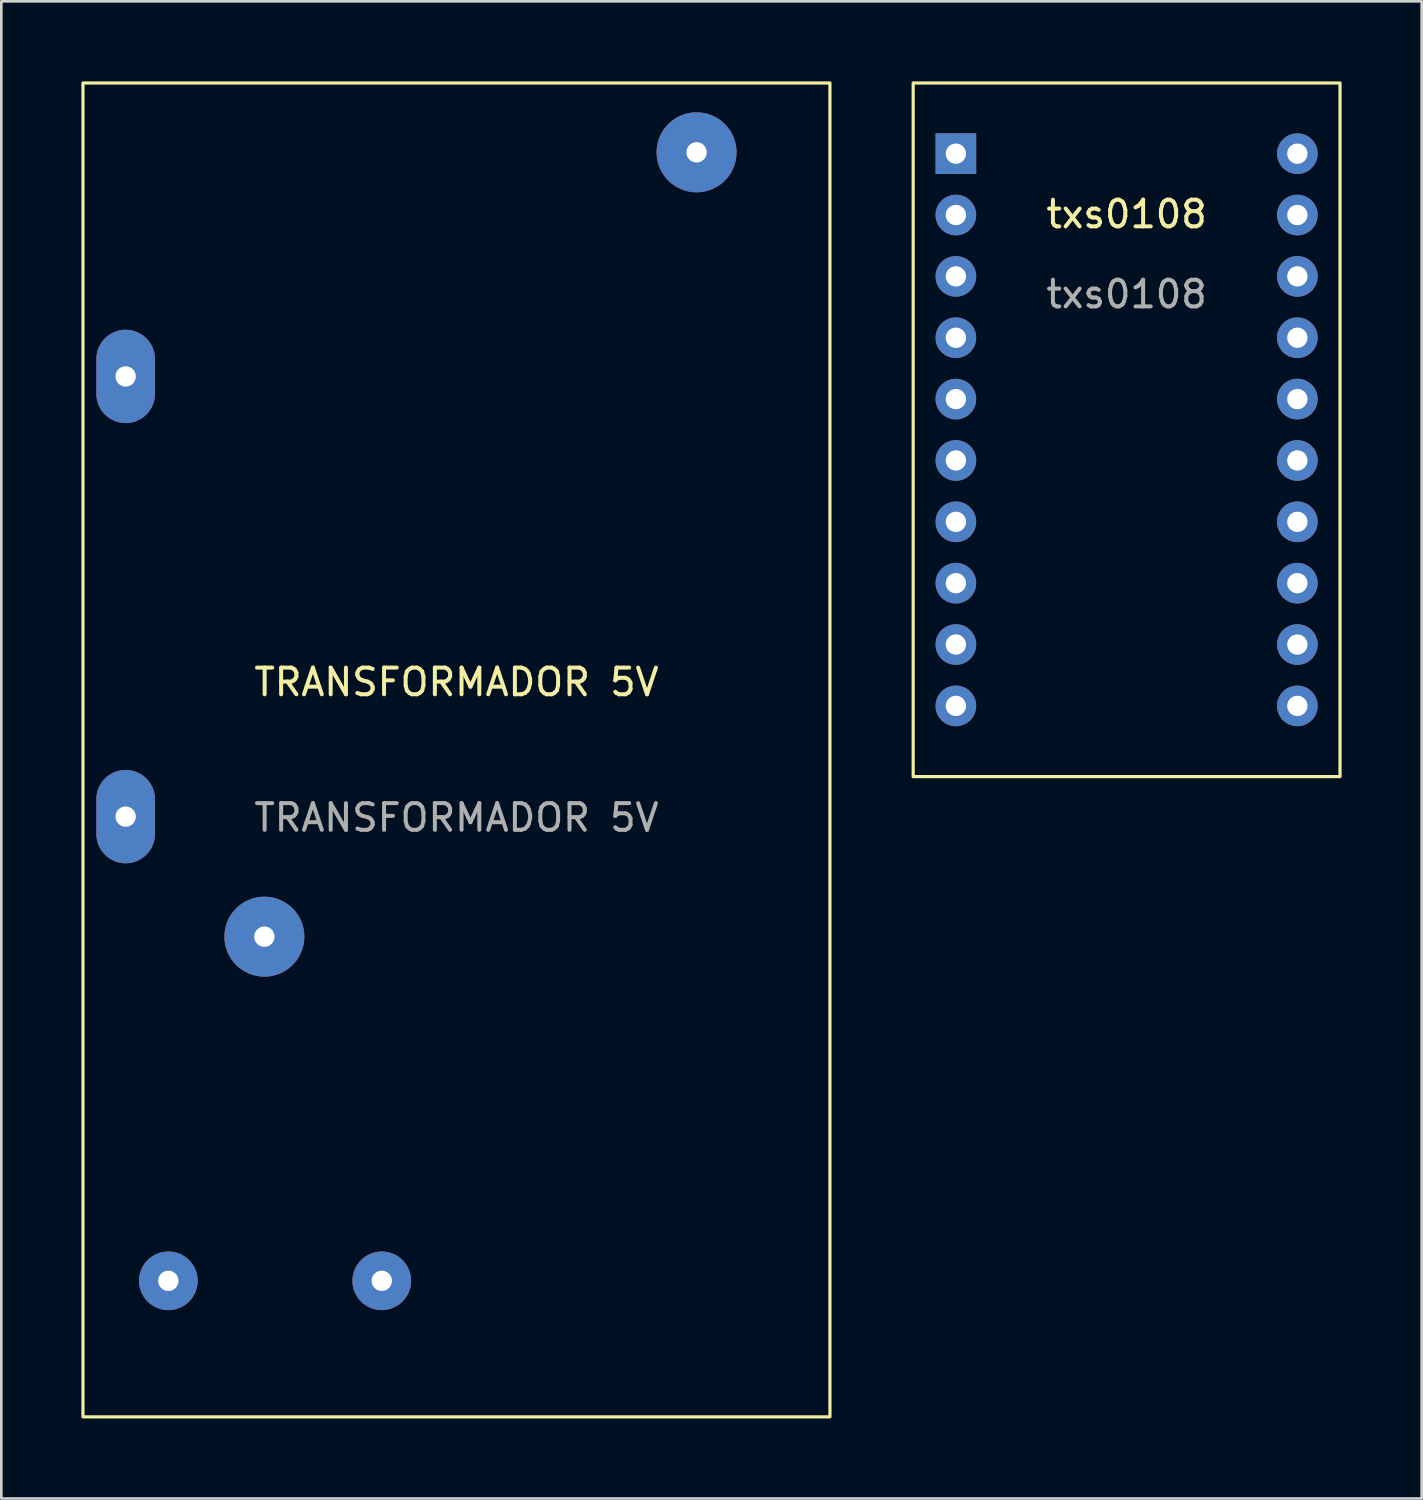
<source format=kicad_pcb>
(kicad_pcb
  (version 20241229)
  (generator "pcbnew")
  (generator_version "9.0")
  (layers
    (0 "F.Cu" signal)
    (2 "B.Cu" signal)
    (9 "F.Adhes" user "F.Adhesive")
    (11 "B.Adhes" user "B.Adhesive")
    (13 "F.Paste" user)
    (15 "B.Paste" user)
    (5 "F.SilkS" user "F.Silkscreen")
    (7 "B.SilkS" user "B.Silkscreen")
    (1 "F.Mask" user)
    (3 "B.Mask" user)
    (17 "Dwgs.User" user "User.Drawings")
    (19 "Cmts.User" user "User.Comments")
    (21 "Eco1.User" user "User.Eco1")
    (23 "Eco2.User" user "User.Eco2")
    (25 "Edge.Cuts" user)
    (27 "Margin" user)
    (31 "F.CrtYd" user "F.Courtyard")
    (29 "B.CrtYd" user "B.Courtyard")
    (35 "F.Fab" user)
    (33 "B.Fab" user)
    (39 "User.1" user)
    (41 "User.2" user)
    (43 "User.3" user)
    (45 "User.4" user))
  (footprint "TRANSFORMADOR 5V"
    (layer "F.Cu")
    (at 14.06 25.06)
    (property "Reference" "TRANSFORMADOR 5V" (at 0 -2.54 0) (unlocked yes) (layer "F.SilkS") (effects (font (size 1 1) (thickness 0.15))))
    (attr through_hole)
    (fp_rect (start -14 -25) (end 14 25) (stroke (width 0.12) (type solid)) (fill no) (layer "F.SilkS"))
    (fp_text user "${REFERENCE}" (at 0 2.54 0) (unlocked yes) (layer "F.Fab") (effects (font (size 1 1) (thickness 0.15))))
    (pad "1" thru_hole oval (at -12.4 -14) (size 2.2 3.5) (drill 0.762) (layers "*.Cu" "*.Mask"))
    (pad "2" thru_hole oval (at -12.4 2.5) (size 2.2 3.5) (drill 0.762) (layers "*.Cu" "*.Mask"))
    (pad "3" thru_hole circle (at -10.8 19.9) (size 2.2 2.2) (drill 0.762) (layers "*.Cu" "*.Mask"))
    (pad "4" thru_hole circle (at -2.8 19.9) (size 2.2 2.2) (drill 0.762) (layers "*.Cu" "*.Mask"))
    (pad "5" thru_hole circle (at -7.2 7) (size 3 3) (drill 0.762) (layers "*.Cu" "*.Mask"))
    (pad "6" thru_hole circle (at 9 -22.4) (size 3 3) (drill 0.762) (layers "*.Cu" "*.Mask")))
  (footprint "txs0108"
    (layer "F.Cu")
    (at 39.18 13.06)
    (property "Reference" "txs0108" (at 0 -8.08 0) (unlocked yes) (layer "F.SilkS") (effects (font (size 1 1) (thickness 0.15))))
    (attr through_hole)
    (fp_rect (start -8 13) (end 8 -13) (stroke (width 0.12) (type solid)) (fill no) (layer "F.SilkS"))
    (fp_text user "${REFERENCE}" (at 0 -5.08 0) (unlocked yes) (layer "F.Fab") (effects (font (size 1 1) (thickness 0.15))))
    (pad "1" thru_hole circle (at -6.4 -8.05) (size 1.524 1.524) (drill 0.762) (layers "*.Cu" "*.Mask"))
    (pad "2" thru_hole rect (at -6.4 -10.35) (size 1.524 1.524) (drill 0.762) (layers "*.Cu" "*.Mask"))
    (pad "3" thru_hole circle (at -6.4 -5.75) (size 1.524 1.524) (drill 0.762) (layers "*.Cu" "*.Mask"))
    (pad "4" thru_hole circle (at -6.4 -3.45) (size 1.524 1.524) (drill 0.762) (layers "*.Cu" "*.Mask"))
    (pad "5" thru_hole circle (at -6.4 -1.15) (size 1.524 1.524) (drill 0.762) (layers "*.Cu" "*.Mask"))
    (pad "6" thru_hole circle (at -6.4 1.15) (size 1.524 1.524) (drill 0.762) (layers "*.Cu" "*.Mask"))
    (pad "7" thru_hole circle (at -6.4 3.45) (size 1.524 1.524) (drill 0.762) (layers "*.Cu" "*.Mask"))
    (pad "8" thru_hole circle (at -6.4 5.75) (size 1.524 1.524) (drill 0.762) (layers "*.Cu" "*.Mask"))
    (pad "9" thru_hole circle (at -6.4 8.05) (size 1.524 1.524) (drill 0.762) (layers "*.Cu" "*.Mask"))
    (pad "10" thru_hole circle (at -6.4 10.35) (size 1.524 1.524) (drill 0.762) (layers "*.Cu" "*.Mask"))
    (pad "11" thru_hole circle (at 6.4 10.35) (size 1.524 1.524) (drill 0.762) (layers "*.Cu" "*.Mask"))
    (pad "12" thru_hole circle (at 6.4 8.05) (size 1.524 1.524) (drill 0.762) (layers "*.Cu" "*.Mask"))
    (pad "13" thru_hole circle (at 6.4 5.75) (size 1.524 1.524) (drill 0.762) (layers "*.Cu" "*.Mask"))
    (pad "14" thru_hole circle (at 6.4 3.45) (size 1.524 1.524) (drill 0.762) (layers "*.Cu" "*.Mask"))
    (pad "15" thru_hole circle (at 6.4 1.15) (size 1.524 1.524) (drill 0.762) (layers "*.Cu" "*.Mask"))
    (pad "16" thru_hole circle (at 6.4 -1.15) (size 1.524 1.524) (drill 0.762) (layers "*.Cu" "*.Mask"))
    (pad "17" thru_hole circle (at 6.4 -3.45) (size 1.524 1.524) (drill 0.762) (layers "*.Cu" "*.Mask"))
    (pad "18" thru_hole circle (at 6.4 -5.75) (size 1.524 1.524) (drill 0.762) (layers "*.Cu" "*.Mask"))
    (pad "19" thru_hole circle (at 6.4 -10.35) (size 1.524 1.524) (drill 0.762) (layers "*.Cu" "*.Mask"))
    (pad "20" thru_hole circle (at 6.4 -8.05) (size 1.524 1.524) (drill 0.762) (layers "*.Cu" "*.Mask")))
  (gr_rect
    (start -3 -3)
    (end 50.24 53.12)
    (stroke (width 0.1) (type default))
    (fill no)
    (layer "Edge.Cuts")))
</source>
